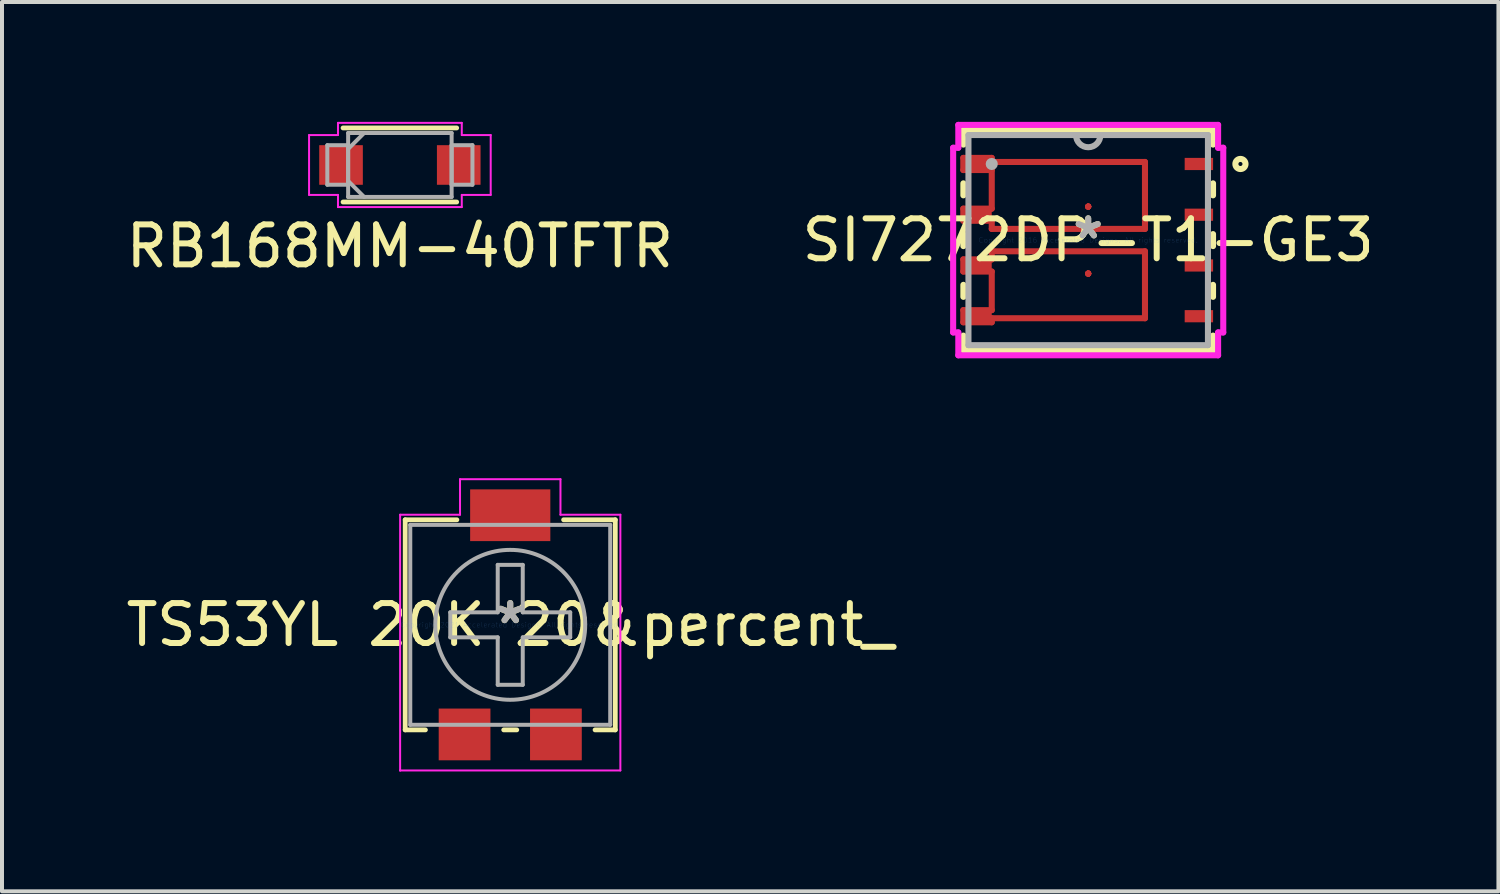
<source format=kicad_pcb>
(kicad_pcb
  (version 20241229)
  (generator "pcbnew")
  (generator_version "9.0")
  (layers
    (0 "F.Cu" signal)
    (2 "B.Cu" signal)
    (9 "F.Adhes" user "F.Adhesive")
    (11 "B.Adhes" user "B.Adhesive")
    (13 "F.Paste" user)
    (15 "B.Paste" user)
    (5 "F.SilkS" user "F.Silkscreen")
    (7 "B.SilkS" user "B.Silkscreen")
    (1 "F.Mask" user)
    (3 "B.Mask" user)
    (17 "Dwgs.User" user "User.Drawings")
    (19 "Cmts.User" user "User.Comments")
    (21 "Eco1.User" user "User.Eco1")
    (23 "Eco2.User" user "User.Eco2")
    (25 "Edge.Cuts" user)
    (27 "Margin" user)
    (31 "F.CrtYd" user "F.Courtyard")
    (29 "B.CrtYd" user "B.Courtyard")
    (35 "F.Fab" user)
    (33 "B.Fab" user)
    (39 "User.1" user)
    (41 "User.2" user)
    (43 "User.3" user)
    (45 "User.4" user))
  (footprint "RB168MM-40TFTR"
    (layer "F.Cu")
    (at 6.958 1.079)
    (property "Reference" "RB168MM-40TFTR" (at 0 2.032 0) (layer "F.SilkS") (effects (font (size 1 1) (thickness 0.15))))
    (attr through_hole)
    (fp_line (start -1.422 0.927) (end 1.422 0.927) (stroke (width 0.12) (type solid)) (layer "F.SilkS"))
    (fp_line (start 1.422 -0.927) (end -1.422 -0.927) (stroke (width 0.12) (type solid)) (layer "F.SilkS"))
    (fp_line (start -2.273 -0.749) (end -1.549 -0.749) (stroke (width 0.05) (type solid)) (layer "F.CrtYd"))
    (fp_line (start -2.273 0.749) (end -2.273 -0.749) (stroke (width 0.05) (type solid)) (layer "F.CrtYd"))
    (fp_line (start -1.549 -1.054) (end 1.549 -1.054) (stroke (width 0.05) (type solid)) (layer "F.CrtYd"))
    (fp_line (start -1.549 -0.749) (end -1.549 -1.054) (stroke (width 0.05) (type solid)) (layer "F.CrtYd"))
    (fp_line (start -1.549 0.749) (end -2.273 0.749) (stroke (width 0.05) (type solid)) (layer "F.CrtYd"))
    (fp_line (start -1.549 1.054) (end -1.549 0.749) (stroke (width 0.05) (type solid)) (layer "F.CrtYd"))
    (fp_line (start 1.549 -1.054) (end 1.549 -0.749) (stroke (width 0.05) (type solid)) (layer "F.CrtYd"))
    (fp_line (start 1.549 -0.749) (end 2.273 -0.749) (stroke (width 0.05) (type solid)) (layer "F.CrtYd"))
    (fp_line (start 1.549 0.749) (end 1.549 1.054) (stroke (width 0.05) (type solid)) (layer "F.CrtYd"))
    (fp_line (start 1.549 1.054) (end -1.549 1.054) (stroke (width 0.05) (type solid)) (layer "F.CrtYd"))
    (fp_line (start 2.273 -0.749) (end 2.273 0.749) (stroke (width 0.05) (type solid)) (layer "F.CrtYd"))
    (fp_line (start 2.273 0.749) (end 1.549 0.749) (stroke (width 0.05) (type solid)) (layer "F.CrtYd"))
    (fp_line (start -1.816 -0.495) (end -1.816 0.495) (stroke (width 0.1) (type solid)) (layer "F.Fab"))
    (fp_line (start -1.816 0.495) (end -1.295 0.495) (stroke (width 0.1) (type solid)) (layer "F.Fab"))
    (fp_line (start -1.295 -0.8) (end -1.295 0.8) (stroke (width 0.1) (type solid)) (layer "F.Fab"))
    (fp_line (start -1.295 -0.495) (end -1.816 -0.495) (stroke (width 0.1) (type solid)) (layer "F.Fab"))
    (fp_line (start -1.295 -0.4) (end -0.895 -0.8) (stroke (width 0.1) (type solid)) (layer "F.Fab"))
    (fp_line (start -1.295 0.4) (end -0.895 0.8) (stroke (width 0.1) (type solid)) (layer "F.Fab"))
    (fp_line (start -1.295 0.495) (end -1.295 -0.495) (stroke (width 0.1) (type solid)) (layer "F.Fab"))
    (fp_line (start -1.295 0.8) (end 1.295 0.8) (stroke (width 0.1) (type solid)) (layer "F.Fab"))
    (fp_line (start 1.295 -0.8) (end -1.295 -0.8) (stroke (width 0.1) (type solid)) (layer "F.Fab"))
    (fp_line (start 1.295 -0.495) (end 1.295 0.495) (stroke (width 0.1) (type solid)) (layer "F.Fab"))
    (fp_line (start 1.295 0.495) (end 1.816 0.495) (stroke (width 0.1) (type solid)) (layer "F.Fab"))
    (fp_line (start 1.295 0.8) (end 1.295 -0.8) (stroke (width 0.1) (type solid)) (layer "F.Fab"))
    (fp_line (start 1.816 -0.495) (end 1.295 -0.495) (stroke (width 0.1) (type solid)) (layer "F.Fab"))
    (fp_line (start 1.816 0.495) (end 1.816 -0.495) (stroke (width 0.1) (type solid)) (layer "F.Fab"))
    (pad "1" smd rect (at -1.473 0) (size 1.092 0.991) (layers "F.Cu" "F.Mask" "F.Paste"))
    (pad "2" smd rect (at 1.473 0) (size 1.092 0.991) (layers "F.Cu" "F.Mask" "F.Paste")))
  (footprint "SI7272DP-T1-GE3"
    (layer "F.Cu")
    (at 24.185 2.959)
    (property "Reference" "SI7272DP-T1-GE3" (at 0 0 0) (layer "F.SilkS") (effects (font (size 1 1) (thickness 0.15))))
    (attr through_hole)
    (fp_line (start -3.126 -2.057) (end -2.414 -2.057) (stroke (width 0.152) (type solid)) (layer "F.Cu"))
    (fp_line (start -3.126 -1.753) (end -3.126 -2.057) (stroke (width 0.152) (type solid)) (layer "F.Cu"))
    (fp_line (start -3.126 -0.787) (end -2.414 -0.787) (stroke (width 0.152) (type solid)) (layer "F.Cu"))
    (fp_line (start -3.126 -0.483) (end -3.126 -0.787) (stroke (width 0.152) (type solid)) (layer "F.Cu"))
    (fp_line (start -3.126 0.483) (end -2.414 0.483) (stroke (width 0.152) (type solid)) (layer "F.Cu"))
    (fp_line (start -3.126 0.787) (end -3.126 0.483) (stroke (width 0.152) (type solid)) (layer "F.Cu"))
    (fp_line (start -3.126 1.753) (end -2.414 1.753) (stroke (width 0.152) (type solid)) (layer "F.Cu"))
    (fp_line (start -3.126 2.057) (end -3.126 1.753) (stroke (width 0.152) (type solid)) (layer "F.Cu"))
    (fp_line (start -2.414 -2.057) (end -2.414 -1.956) (stroke (width 0.152) (type solid)) (layer "F.Cu"))
    (fp_line (start -2.414 -1.753) (end -3.126 -1.753) (stroke (width 0.152) (type solid)) (layer "F.Cu"))
    (fp_line (start -2.414 -0.787) (end -2.414 -1.753) (stroke (width 0.152) (type solid)) (layer "F.Cu"))
    (fp_line (start -2.414 -0.483) (end -3.126 -0.483) (stroke (width 0.152) (type solid)) (layer "F.Cu"))
    (fp_line (start -2.414 0.483) (end -2.414 0.28) (stroke (width 0.152) (type solid)) (layer "F.Cu"))
    (fp_line (start -2.414 0.787) (end -3.126 0.787) (stroke (width 0.152) (type solid)) (layer "F.Cu"))
    (fp_line (start -2.414 1.753) (end -2.414 0.787) (stroke (width 0.152) (type solid)) (layer "F.Cu"))
    (fp_line (start -2.414 2.057) (end -3.126 2.057) (stroke (width 0.152) (type solid)) (layer "F.Cu"))
    (fp_line (start -2.414 -1.956) (end 1.421 -1.956) (stroke (width 0.152) (type solid)) (layer "F.Cu"))
    (fp_line (start -2.414 -0.28) (end -2.414 -0.483) (stroke (width 0.152) (type solid)) (layer "F.Cu"))
    (fp_line (start -2.414 0.28) (end 1.421 0.28) (stroke (width 0.152) (type solid)) (layer "F.Cu"))
    (fp_line (start -2.414 1.956) (end -2.414 2.057) (stroke (width 0.152) (type solid)) (layer "F.Cu"))
    (fp_line (start 0 -0.838) (end 0 -0.838) (stroke (width 0.152) (type solid)) (layer "F.Cu"))
    (fp_line (start 0 -0.838) (end 0 -0.838) (stroke (width 0.152) (type solid)) (layer "F.Cu"))
    (fp_line (start 0 -0.838) (end 0 -0.838) (stroke (width 0.152) (type solid)) (layer "F.Cu"))
    (fp_line (start 0 -0.838) (end 0 -0.838) (stroke (width 0.152) (type solid)) (layer "F.Cu"))
    (fp_line (start 0 -0.838) (end 0 -0.838) (stroke (width 0.152) (type solid)) (layer "F.Cu"))
    (fp_line (start 0 -0.838) (end 0 -0.838) (stroke (width 0.152) (type solid)) (layer "F.Cu"))
    (fp_line (start 0 -0.838) (end 0 -0.838) (stroke (width 0.152) (type solid)) (layer "F.Cu"))
    (fp_line (start 0 -0.838) (end 0 -0.838) (stroke (width 0.152) (type solid)) (layer "F.Cu"))
    (fp_line (start 0 0.838) (end 0 0.838) (stroke (width 0.152) (type solid)) (layer "F.Cu"))
    (fp_line (start 0 0.838) (end 0 0.838) (stroke (width 0.152) (type solid)) (layer "F.Cu"))
    (fp_line (start 0 0.838) (end 0 0.838) (stroke (width 0.152) (type solid)) (layer "F.Cu"))
    (fp_line (start 0 0.838) (end 0 0.838) (stroke (width 0.152) (type solid)) (layer "F.Cu"))
    (fp_line (start 0 0.838) (end 0 0.838) (stroke (width 0.152) (type solid)) (layer "F.Cu"))
    (fp_line (start 0 0.838) (end 0 0.838) (stroke (width 0.152) (type solid)) (layer "F.Cu"))
    (fp_line (start 0 0.838) (end 0 0.838) (stroke (width 0.152) (type solid)) (layer "F.Cu"))
    (fp_line (start 0 0.838) (end 0 0.838) (stroke (width 0.152) (type solid)) (layer "F.Cu"))
    (fp_line (start 1.421 -1.956) (end 1.421 -0.28) (stroke (width 0.152) (type solid)) (layer "F.Cu"))
    (fp_line (start 1.421 -0.28) (end -2.414 -0.28) (stroke (width 0.152) (type solid)) (layer "F.Cu"))
    (fp_line (start 1.421 0.28) (end 1.421 1.956) (stroke (width 0.152) (type solid)) (layer "F.Cu"))
    (fp_line (start 1.421 1.956) (end -2.414 1.956) (stroke (width 0.152) (type solid)) (layer "F.Cu"))
    (fp_line (start -3.126 -2.057) (end -2.414 -2.057) (stroke (width 0.152) (type solid)) (layer "F.Mask"))
    (fp_line (start -3.126 -1.753) (end -3.126 -2.057) (stroke (width 0.152) (type solid)) (layer "F.Mask"))
    (fp_line (start -3.126 -0.787) (end -2.414 -0.787) (stroke (width 0.152) (type solid)) (layer "F.Mask"))
    (fp_line (start -3.126 -0.483) (end -3.126 -0.787) (stroke (width 0.152) (type solid)) (layer "F.Mask"))
    (fp_line (start -3.126 0.483) (end -2.414 0.483) (stroke (width 0.152) (type solid)) (layer "F.Mask"))
    (fp_line (start -3.126 0.787) (end -3.126 0.483) (stroke (width 0.152) (type solid)) (layer "F.Mask"))
    (fp_line (start -3.126 1.753) (end -2.414 1.753) (stroke (width 0.152) (type solid)) (layer "F.Mask"))
    (fp_line (start -3.126 2.057) (end -3.126 1.753) (stroke (width 0.152) (type solid)) (layer "F.Mask"))
    (fp_line (start -2.414 -2.057) (end -2.414 -1.956) (stroke (width 0.152) (type solid)) (layer "F.Mask"))
    (fp_line (start -2.414 -1.753) (end -3.126 -1.753) (stroke (width 0.152) (type solid)) (layer "F.Mask"))
    (fp_line (start -2.414 -0.787) (end -2.414 -1.753) (stroke (width 0.152) (type solid)) (layer "F.Mask"))
    (fp_line (start -2.414 -0.483) (end -3.126 -0.483) (stroke (width 0.152) (type solid)) (layer "F.Mask"))
    (fp_line (start -2.414 0.483) (end -2.414 0.28) (stroke (width 0.152) (type solid)) (layer "F.Mask"))
    (fp_line (start -2.414 0.787) (end -3.126 0.787) (stroke (width 0.152) (type solid)) (layer "F.Mask"))
    (fp_line (start -2.414 1.753) (end -2.414 0.787) (stroke (width 0.152) (type solid)) (layer "F.Mask"))
    (fp_line (start -2.414 2.057) (end -3.126 2.057) (stroke (width 0.152) (type solid)) (layer "F.Mask"))
    (fp_line (start -2.414 -1.956) (end 1.421 -1.956) (stroke (width 0.152) (type solid)) (layer "F.Mask"))
    (fp_line (start -2.414 -0.28) (end -2.414 -0.483) (stroke (width 0.152) (type solid)) (layer "F.Mask"))
    (fp_line (start -2.414 0.28) (end 1.421 0.28) (stroke (width 0.152) (type solid)) (layer "F.Mask"))
    (fp_line (start -2.414 1.956) (end -2.414 2.057) (stroke (width 0.152) (type solid)) (layer "F.Mask"))
    (fp_line (start 0 -0.838) (end 0 -0.838) (stroke (width 0.152) (type solid)) (layer "F.Mask"))
    (fp_line (start 0 -0.838) (end 0 -0.838) (stroke (width 0.152) (type solid)) (layer "F.Mask"))
    (fp_line (start 0 -0.838) (end 0 -0.838) (stroke (width 0.152) (type solid)) (layer "F.Mask"))
    (fp_line (start 0 -0.838) (end 0 -0.838) (stroke (width 0.152) (type solid)) (layer "F.Mask"))
    (fp_line (start 0 -0.838) (end 0 -0.838) (stroke (width 0.152) (type solid)) (layer "F.Mask"))
    (fp_line (start 0 -0.838) (end 0 -0.838) (stroke (width 0.152) (type solid)) (layer "F.Mask"))
    (fp_line (start 0 -0.838) (end 0 -0.838) (stroke (width 0.152) (type solid)) (layer "F.Mask"))
    (fp_line (start 0 -0.838) (end 0 -0.838) (stroke (width 0.152) (type solid)) (layer "F.Mask"))
    (fp_line (start 0 0.838) (end 0 0.838) (stroke (width 0.152) (type solid)) (layer "F.Mask"))
    (fp_line (start 0 0.838) (end 0 0.838) (stroke (width 0.152) (type solid)) (layer "F.Mask"))
    (fp_line (start 0 0.838) (end 0 0.838) (stroke (width 0.152) (type solid)) (layer "F.Mask"))
    (fp_line (start 0 0.838) (end 0 0.838) (stroke (width 0.152) (type solid)) (layer "F.Mask"))
    (fp_line (start 0 0.838) (end 0 0.838) (stroke (width 0.152) (type solid)) (layer "F.Mask"))
    (fp_line (start 0 0.838) (end 0 0.838) (stroke (width 0.152) (type solid)) (layer "F.Mask"))
    (fp_line (start 0 0.838) (end 0 0.838) (stroke (width 0.152) (type solid)) (layer "F.Mask"))
    (fp_line (start 0 0.838) (end 0 0.838) (stroke (width 0.152) (type solid)) (layer "F.Mask"))
    (fp_line (start 1.421 -1.956) (end 1.421 -0.28) (stroke (width 0.152) (type solid)) (layer "F.Mask"))
    (fp_line (start 1.421 -0.28) (end -2.414 -0.28) (stroke (width 0.152) (type solid)) (layer "F.Mask"))
    (fp_line (start 1.421 0.28) (end 1.421 1.956) (stroke (width 0.152) (type solid)) (layer "F.Mask"))
    (fp_line (start 1.421 1.956) (end -2.414 1.956) (stroke (width 0.152) (type solid)) (layer "F.Mask"))
    (fp_line (start -3.124 -2.756) (end -3.124 -2.39) (stroke (width 0.152) (type solid)) (layer "F.SilkS"))
    (fp_line (start -3.124 -1.42) (end -3.124 -1.12) (stroke (width 0.152) (type solid)) (layer "F.SilkS"))
    (fp_line (start -3.124 -0.15) (end -3.124 0.15) (stroke (width 0.152) (type solid)) (layer "F.SilkS"))
    (fp_line (start -3.124 1.12) (end -3.124 1.42) (stroke (width 0.152) (type solid)) (layer "F.SilkS"))
    (fp_line (start -3.124 2.39) (end -3.124 2.756) (stroke (width 0.152) (type solid)) (layer "F.SilkS"))
    (fp_line (start -3.124 2.756) (end 3.124 2.756) (stroke (width 0.152) (type solid)) (layer "F.SilkS"))
    (fp_line (start 3.124 -2.756) (end -3.124 -2.756) (stroke (width 0.152) (type solid)) (layer "F.SilkS"))
    (fp_line (start 3.124 -2.39) (end 3.124 -2.756) (stroke (width 0.152) (type solid)) (layer "F.SilkS"))
    (fp_line (start 3.124 -1.12) (end 3.124 -1.42) (stroke (width 0.152) (type solid)) (layer "F.SilkS"))
    (fp_line (start 3.124 0.15) (end 3.124 -0.15) (stroke (width 0.152) (type solid)) (layer "F.SilkS"))
    (fp_line (start 3.124 1.42) (end 3.124 1.12) (stroke (width 0.152) (type solid)) (layer "F.SilkS"))
    (fp_line (start 3.124 2.756) (end 3.124 2.39) (stroke (width 0.152) (type solid)) (layer "F.SilkS"))
    (fp_circle (center 3.81 -1.905) (end 3.937 -1.905) (stroke (width 0.152) (type solid)) (fill no) (layer "F.SilkS"))
    (fp_line (start -3.126 -2.057) (end -2.414 -2.057) (stroke (width 0.152) (type solid)) (layer "F.Paste"))
    (fp_line (start -3.126 -1.753) (end -3.126 -2.057) (stroke (width 0.152) (type solid)) (layer "F.Paste"))
    (fp_line (start -3.126 -0.787) (end -2.414 -0.787) (stroke (width 0.152) (type solid)) (layer "F.Paste"))
    (fp_line (start -3.126 -0.483) (end -3.126 -0.787) (stroke (width 0.152) (type solid)) (layer "F.Paste"))
    (fp_line (start -3.126 0.483) (end -2.414 0.483) (stroke (width 0.152) (type solid)) (layer "F.Paste"))
    (fp_line (start -3.126 0.787) (end -3.126 0.483) (stroke (width 0.152) (type solid)) (layer "F.Paste"))
    (fp_line (start -3.126 1.753) (end -2.414 1.753) (stroke (width 0.152) (type solid)) (layer "F.Paste"))
    (fp_line (start -3.126 2.057) (end -3.126 1.753) (stroke (width 0.152) (type solid)) (layer "F.Paste"))
    (fp_line (start -2.997 2.057) (end -3.126 2.057) (stroke (width 0.152) (type solid)) (layer "F.Paste"))
    (fp_line (start -2.414 -2.057) (end -2.414 -1.956) (stroke (width 0.152) (type solid)) (layer "F.Paste"))
    (fp_line (start -2.414 -1.753) (end -3.126 -1.753) (stroke (width 0.152) (type solid)) (layer "F.Paste"))
    (fp_line (start -2.414 -0.787) (end -2.414 -1.753) (stroke (width 0.152) (type solid)) (layer "F.Paste"))
    (fp_line (start -2.414 -0.483) (end -3.126 -0.483) (stroke (width 0.152) (type solid)) (layer "F.Paste"))
    (fp_line (start -2.414 0.483) (end -2.414 0.28) (stroke (width 0.152) (type solid)) (layer "F.Paste"))
    (fp_line (start -2.414 0.787) (end -3.126 0.787) (stroke (width 0.152) (type solid)) (layer "F.Paste"))
    (fp_line (start -2.414 1.753) (end -2.414 0.787) (stroke (width 0.152) (type solid)) (layer "F.Paste"))
    (fp_line (start -2.414 2.057) (end -2.997 2.057) (stroke (width 0.152) (type solid)) (layer "F.Paste"))
    (fp_line (start -2.414 -1.956) (end 1.421 -1.956) (stroke (width 0.152) (type solid)) (layer "F.Paste"))
    (fp_line (start -2.414 -0.28) (end -2.414 -0.483) (stroke (width 0.152) (type solid)) (layer "F.Paste"))
    (fp_line (start -2.414 0.28) (end 1.421 0.28) (stroke (width 0.152) (type solid)) (layer "F.Paste"))
    (fp_line (start -2.414 1.956) (end -2.414 2.057) (stroke (width 0.152) (type solid)) (layer "F.Paste"))
    (fp_line (start 1.421 -1.956) (end 1.421 -0.28) (stroke (width 0.152) (type solid)) (layer "F.Paste"))
    (fp_line (start 1.421 -0.28) (end -2.414 -0.28) (stroke (width 0.152) (type solid)) (layer "F.Paste"))
    (fp_line (start 1.421 0.28) (end 1.421 1.956) (stroke (width 0.152) (type solid)) (layer "F.Paste"))
    (fp_line (start 1.421 1.956) (end -2.414 1.956) (stroke (width 0.152) (type solid)) (layer "F.Paste"))
    (fp_line (start -3.38 -2.311) (end -3.251 -2.311) (stroke (width 0.152) (type solid)) (layer "F.CrtYd"))
    (fp_line (start -3.38 2.311) (end -3.38 -2.311) (stroke (width 0.152) (type solid)) (layer "F.CrtYd"))
    (fp_line (start -3.251 -2.883) (end 3.251 -2.883) (stroke (width 0.152) (type solid)) (layer "F.CrtYd"))
    (fp_line (start -3.251 -2.311) (end -3.251 -2.883) (stroke (width 0.152) (type solid)) (layer "F.CrtYd"))
    (fp_line (start -3.251 2.311) (end -3.38 2.311) (stroke (width 0.152) (type solid)) (layer "F.CrtYd"))
    (fp_line (start -3.251 2.883) (end -3.251 2.311) (stroke (width 0.152) (type solid)) (layer "F.CrtYd"))
    (fp_line (start 3.251 -2.883) (end 3.251 -2.311) (stroke (width 0.152) (type solid)) (layer "F.CrtYd"))
    (fp_line (start 3.251 -2.311) (end 3.38 -2.311) (stroke (width 0.152) (type solid)) (layer "F.CrtYd"))
    (fp_line (start 3.251 2.311) (end 3.251 2.883) (stroke (width 0.152) (type solid)) (layer "F.CrtYd"))
    (fp_line (start 3.251 2.883) (end -3.251 2.883) (stroke (width 0.152) (type solid)) (layer "F.CrtYd"))
    (fp_line (start 3.38 -2.311) (end 3.38 2.311) (stroke (width 0.152) (type solid)) (layer "F.CrtYd"))
    (fp_line (start 3.38 2.311) (end 3.251 2.311) (stroke (width 0.152) (type solid)) (layer "F.CrtYd"))
    (fp_line (start -2.997 -2.629) (end -2.997 2.629) (stroke (width 0.152) (type solid)) (layer "F.Fab"))
    (fp_line (start -2.997 2.629) (end 2.997 2.629) (stroke (width 0.152) (type solid)) (layer "F.Fab"))
    (fp_line (start 2.997 -2.629) (end -2.997 -2.629) (stroke (width 0.152) (type solid)) (layer "F.Fab"))
    (fp_line (start 2.997 2.629) (end 2.997 -2.629) (stroke (width 0.152) (type solid)) (layer "F.Fab"))
    (fp_arc (start 0.3048 -2.6289) (mid 0 -2.3241) (end -0.3048 -2.6289) (stroke (width 0.1524) (type solid)) (layer "F.Fab"))
    (fp_circle (center -2.414 -1.905) (end -2.338 -1.905) (stroke (width 0.152) (type solid)) (fill no) (layer "F.Fab"))
    (fp_text user "*" (at 0 0 0) (layer "F.SilkS") (effects (font (size 1 1) (thickness 0.15))))
    (fp_text user "Copyright 2016 Accelerated Designs. All rights reserved." (at 0 0 0) (layer "Cmts.User") (effects (font (size 0.127 0.127) (thickness 0.002))))
    (fp_text user "*" (at 0 0 0) (layer "F.Fab") (effects (font (size 1 1) (thickness 0.15))))
    (pad "1" smd rect (at 2.77 -1.905) (size 0.711 0.305) (layers "F.Cu" "F.Mask" "F.Paste"))
    (pad "2" smd rect (at 2.77 -0.635) (size 0.711 0.305) (layers "F.Cu" "F.Mask" "F.Paste"))
    (pad "3" smd rect (at 2.77 0.635) (size 0.711 0.305) (layers "F.Cu" "F.Mask" "F.Paste"))
    (pad "4" smd rect (at 2.77 1.905) (size 0.711 0.305) (layers "F.Cu" "F.Mask" "F.Paste"))
    (pad "5" smd rect (at -2.77 1.905) (size 0.711 0.305) (layers "F.Cu" "F.Mask" "F.Paste"))
    (pad "6" smd rect (at -2.77 0.635) (size 0.711 0.305) (layers "F.Cu" "F.Mask" "F.Paste"))
    (pad "7" smd rect (at -2.77 -0.635) (size 0.711 0.305) (layers "F.Cu" "F.Mask" "F.Paste"))
    (pad "8" smd rect (at -2.77 -1.905) (size 0.711 0.305) (layers "F.Cu" "F.Mask" "F.Paste")))
  (footprint "TS53YL 20K 20&percent_"
    (layer "F.Cu")
    (at 9.72 12.588)
    (property "Reference" "TS53YL 20K 20&percent_" (at 0 0 0) (layer "F.SilkS") (effects (font (size 1 1) (thickness 0.15))))
    (attr through_hole)
    (fp_line (start -2.629 -2.629) (end -2.629 2.629) (stroke (width 0.12) (type solid)) (layer "F.SilkS"))
    (fp_line (start -2.629 2.629) (end -2.123 2.629) (stroke (width 0.12) (type solid)) (layer "F.SilkS"))
    (fp_line (start -1.336 -2.629) (end -2.629 -2.629) (stroke (width 0.12) (type solid)) (layer "F.SilkS"))
    (fp_line (start -0.163 2.629) (end 0.163 2.629) (stroke (width 0.12) (type solid)) (layer "F.SilkS"))
    (fp_line (start 2.123 2.629) (end 2.629 2.629) (stroke (width 0.12) (type solid)) (layer "F.SilkS"))
    (fp_line (start 2.629 -2.629) (end 1.336 -2.629) (stroke (width 0.12) (type solid)) (layer "F.SilkS"))
    (fp_line (start 2.629 -2.629) (end 2.629 2.629) (stroke (width 0.12) (type solid)) (layer "F.SilkS"))
    (fp_line (start -2.756 -2.756) (end -1.257 -2.756) (stroke (width 0.05) (type solid)) (layer "F.CrtYd"))
    (fp_line (start -2.756 3.645) (end -2.756 -2.756) (stroke (width 0.05) (type solid)) (layer "F.CrtYd"))
    (fp_line (start -2.756 3.645) (end -2.756 3.645) (stroke (width 0.05) (type solid)) (layer "F.CrtYd"))
    (fp_line (start -1.257 -3.645) (end 1.257 -3.645) (stroke (width 0.05) (type solid)) (layer "F.CrtYd"))
    (fp_line (start -1.257 -2.756) (end -1.257 -3.645) (stroke (width 0.05) (type solid)) (layer "F.CrtYd"))
    (fp_line (start 1.257 -3.645) (end 1.257 -2.756) (stroke (width 0.05) (type solid)) (layer "F.CrtYd"))
    (fp_line (start 1.257 -2.756) (end 2.756 -2.756) (stroke (width 0.05) (type solid)) (layer "F.CrtYd"))
    (fp_line (start 2.756 -2.756) (end 2.756 3.645) (stroke (width 0.05) (type solid)) (layer "F.CrtYd"))
    (fp_line (start 2.756 3.645) (end -2.756 3.645) (stroke (width 0.05) (type solid)) (layer "F.CrtYd"))
    (fp_line (start -2.502 -2.502) (end -2.502 2.502) (stroke (width 0.1) (type solid)) (layer "F.Fab"))
    (fp_line (start -2.502 2.502) (end 2.502 2.502) (stroke (width 0.1) (type solid)) (layer "F.Fab"))
    (fp_line (start -1.501 -0.313) (end -1.501 0.313) (stroke (width 0.1) (type solid)) (layer "F.Fab"))
    (fp_line (start -0.313 -1.501) (end -0.313 -0.313) (stroke (width 0.1) (type solid)) (layer "F.Fab"))
    (fp_line (start -0.313 -1.501) (end 0.313 -1.501) (stroke (width 0.1) (type solid)) (layer "F.Fab"))
    (fp_line (start -0.313 -0.313) (end -1.501 -0.313) (stroke (width 0.1) (type solid)) (layer "F.Fab"))
    (fp_line (start -0.313 0.313) (end -1.501 0.313) (stroke (width 0.1) (type solid)) (layer "F.Fab"))
    (fp_line (start -0.313 1.501) (end -0.313 0.313) (stroke (width 0.1) (type solid)) (layer "F.Fab"))
    (fp_line (start -0.313 1.501) (end 0.313 1.501) (stroke (width 0.1) (type solid)) (layer "F.Fab"))
    (fp_line (start 0.313 -1.501) (end 0.313 -0.313) (stroke (width 0.1) (type solid)) (layer "F.Fab"))
    (fp_line (start 0.313 -0.313) (end 1.501 -0.313) (stroke (width 0.1) (type solid)) (layer "F.Fab"))
    (fp_line (start 0.313 0.313) (end 1.501 0.313) (stroke (width 0.1) (type solid)) (layer "F.Fab"))
    (fp_line (start 0.313 1.501) (end 0.313 0.313) (stroke (width 0.1) (type solid)) (layer "F.Fab"))
    (fp_line (start 1.501 -0.313) (end 1.501 0.313) (stroke (width 0.1) (type solid)) (layer "F.Fab"))
    (fp_line (start 2.502 -2.502) (end -2.502 -2.502) (stroke (width 0.1) (type solid)) (layer "F.Fab"))
    (fp_line (start 2.502 -2.502) (end 2.502 2.502) (stroke (width 0.1) (type solid)) (layer "F.Fab"))
    (fp_circle (center 0 0) (end 1.876 0) (stroke (width 0.1) (type solid)) (fill no) (layer "F.Fab"))
    (fp_text user "*" (at 0 0 0) (layer "F.SilkS") (effects (font (size 1 1) (thickness 0.15))))
    (fp_text user "Copyright 2021 Accelerated Designs. All rights reserved." (at 0 0 0) (layer "Cmts.User") (effects (font (size 0.127 0.127) (thickness 0.002))))
    (fp_text user "*" (at 0 0 0) (layer "F.Fab") (effects (font (size 1 1) (thickness 0.15))))
    (pad "A" smd rect (at 1.143 2.743) (size 1.295 1.295) (layers "F.Cu" "F.Mask" "F.Paste"))
    (pad "B" smd rect (at 0 -2.743) (size 2.007 1.295) (layers "F.Cu" "F.Mask" "F.Paste"))
    (pad "C" smd rect (at -1.143 2.743) (size 1.295 1.295) (layers "F.Cu" "F.Mask" "F.Paste")))
  (gr_rect
    (start -3 -3)
    (end 34.452 19.258)
    (stroke (width 0.1) (type default))
    (fill no)
    (layer "Edge.Cuts")))
</source>
